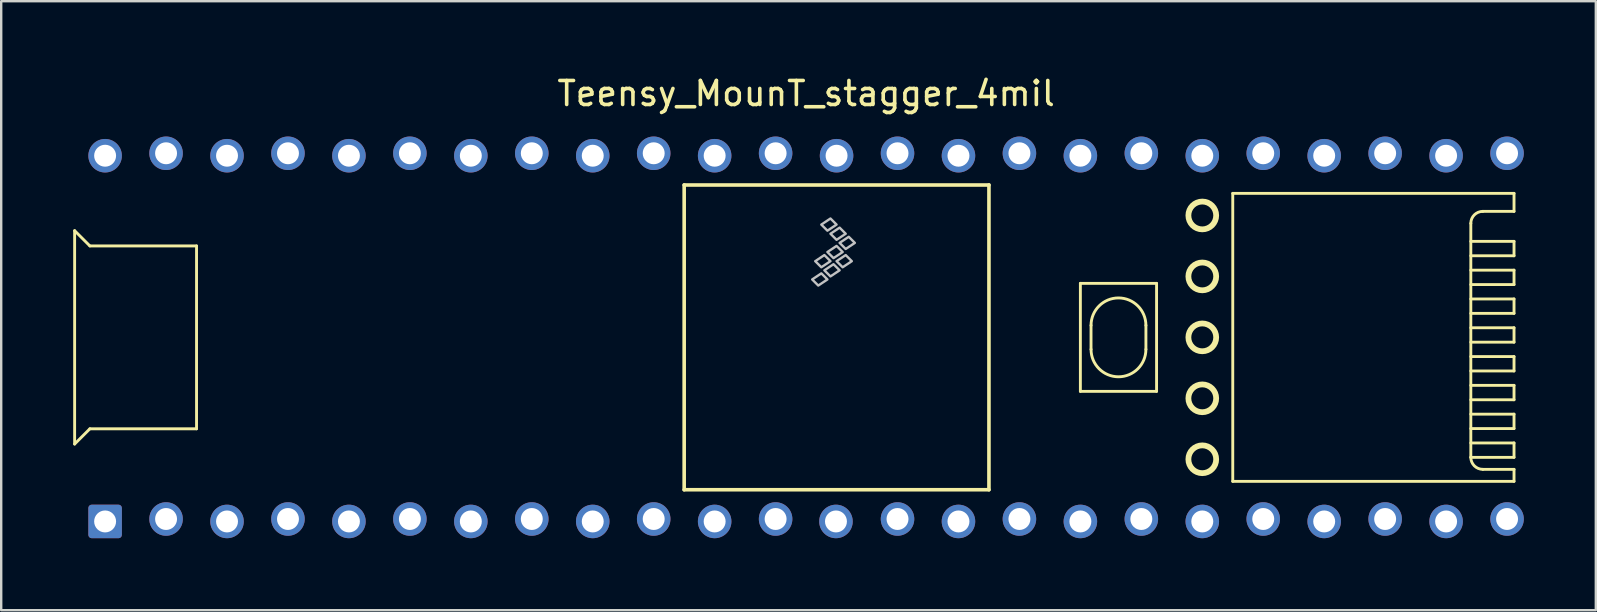
<source format=kicad_pcb>
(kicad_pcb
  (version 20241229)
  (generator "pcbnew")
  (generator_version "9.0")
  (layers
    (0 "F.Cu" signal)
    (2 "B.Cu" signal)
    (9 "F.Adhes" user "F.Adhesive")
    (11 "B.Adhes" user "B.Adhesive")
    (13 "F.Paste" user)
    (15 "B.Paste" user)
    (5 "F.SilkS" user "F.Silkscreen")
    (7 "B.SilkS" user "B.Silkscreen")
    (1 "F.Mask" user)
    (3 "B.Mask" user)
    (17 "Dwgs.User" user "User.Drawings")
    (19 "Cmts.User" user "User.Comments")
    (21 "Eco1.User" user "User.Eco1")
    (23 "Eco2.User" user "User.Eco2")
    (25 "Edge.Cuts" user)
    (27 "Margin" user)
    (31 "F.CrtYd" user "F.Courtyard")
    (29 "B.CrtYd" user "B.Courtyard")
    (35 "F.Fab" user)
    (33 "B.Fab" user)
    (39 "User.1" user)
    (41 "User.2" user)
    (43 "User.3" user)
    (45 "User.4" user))
  (footprint "Teensy_MounT_stagger_4mil"
    (layer "F.Cu")
    (at 30.54 11.008)
    (property "Reference" "Teensy_MounT_stagger_4mil" (at 0 -10.16 0) (layer "F.SilkS") (effects (font (size 1 1) (thickness 0.15))))
    (attr through_hole)
    (fp_line (start -30.48 -4.445) (end -30.48 4.445) (stroke (width 0.12) (type solid)) (layer "F.SilkS"))
    (fp_line (start -30.48 -4.445) (end -29.845 -3.81) (stroke (width 0.12) (type solid)) (layer "F.SilkS"))
    (fp_line (start -30.48 4.445) (end -29.845 3.81) (stroke (width 0.12) (type solid)) (layer "F.SilkS"))
    (fp_line (start -25.4 -3.81) (end -29.845 -3.81) (stroke (width 0.12) (type solid)) (layer "F.SilkS"))
    (fp_line (start -25.4 3.81) (end -29.845 3.81) (stroke (width 0.12) (type solid)) (layer "F.SilkS"))
    (fp_line (start -25.4 3.81) (end -25.4 -3.81) (stroke (width 0.12) (type solid)) (layer "F.SilkS"))
    (fp_line (start -5.08 -6.35) (end -5.08 6.35) (stroke (width 0.15) (type solid)) (layer "F.SilkS"))
    (fp_line (start -5.08 -6.35) (end 7.62 -6.35) (stroke (width 0.15) (type solid)) (layer "F.SilkS"))
    (fp_line (start -5.08 6.35) (end 7.62 6.35) (stroke (width 0.15) (type solid)) (layer "F.SilkS"))
    (fp_line (start 7.62 6.35) (end 7.62 -6.35) (stroke (width 0.15) (type solid)) (layer "F.SilkS"))
    (fp_line (start 11.43 -2.25) (end 11.43 2.25) (stroke (width 0.12) (type solid)) (layer "F.SilkS"))
    (fp_line (start 11.43 2.25) (end 14.605 2.25) (stroke (width 0.12) (type solid)) (layer "F.SilkS"))
    (fp_line (start 11.874 -0.5) (end 11.874 0.5) (stroke (width 0.12) (type solid)) (layer "F.SilkS"))
    (fp_line (start 14.161 -0.5) (end 14.161 0.5) (stroke (width 0.12) (type solid)) (layer "F.SilkS"))
    (fp_line (start 14.605 -2.25) (end 11.43 -2.25) (stroke (width 0.12) (type solid)) (layer "F.SilkS"))
    (fp_line (start 14.605 2.25) (end 14.605 -2.25) (stroke (width 0.12) (type solid)) (layer "F.SilkS"))
    (fp_line (start 17.78 6) (end 17.78 -6) (stroke (width 0.12) (type solid)) (layer "F.SilkS"))
    (fp_line (start 17.78 6) (end 29.5 6) (stroke (width 0.12) (type solid)) (layer "F.SilkS"))
    (fp_line (start 27.7 -4.75) (end 27.7 5) (stroke (width 0.12) (type solid)) (layer "F.SilkS"))
    (fp_line (start 27.7 -3.4) (end 29.5 -3.4) (stroke (width 0.12) (type solid)) (layer "F.SilkS"))
    (fp_line (start 27.7 -2.2) (end 29.5 -2.2) (stroke (width 0.12) (type solid)) (layer "F.SilkS"))
    (fp_line (start 27.7 -1) (end 29.5 -1) (stroke (width 0.12) (type solid)) (layer "F.SilkS"))
    (fp_line (start 27.7 0.2) (end 29.5 0.2) (stroke (width 0.12) (type solid)) (layer "F.SilkS"))
    (fp_line (start 27.7 1.4) (end 29.5 1.4) (stroke (width 0.12) (type solid)) (layer "F.SilkS"))
    (fp_line (start 27.7 2.6) (end 29.5 2.6) (stroke (width 0.12) (type solid)) (layer "F.SilkS"))
    (fp_line (start 27.7 3.8) (end 29.5 3.8) (stroke (width 0.12) (type solid)) (layer "F.SilkS"))
    (fp_line (start 27.7 5) (end 29.5 5) (stroke (width 0.12) (type solid)) (layer "F.SilkS"))
    (fp_line (start 29.5 -6) (end 17.78 -6) (stroke (width 0.12) (type solid)) (layer "F.SilkS"))
    (fp_line (start 29.5 -6) (end 29.5 -5.25) (stroke (width 0.12) (type solid)) (layer "F.SilkS"))
    (fp_line (start 29.5 -5.25) (end 28.2 -5.25) (stroke (width 0.12) (type solid)) (layer "F.SilkS"))
    (fp_line (start 29.5 -4) (end 27.7 -4) (stroke (width 0.12) (type solid)) (layer "F.SilkS"))
    (fp_line (start 29.5 -3.4) (end 29.5 -4) (stroke (width 0.12) (type solid)) (layer "F.SilkS"))
    (fp_line (start 29.5 -2.8) (end 27.7 -2.8) (stroke (width 0.12) (type solid)) (layer "F.SilkS"))
    (fp_line (start 29.5 -2.2) (end 29.5 -2.8) (stroke (width 0.12) (type solid)) (layer "F.SilkS"))
    (fp_line (start 29.5 -1.6) (end 27.7 -1.6) (stroke (width 0.12) (type solid)) (layer "F.SilkS"))
    (fp_line (start 29.5 -1) (end 29.5 -1.6) (stroke (width 0.12) (type solid)) (layer "F.SilkS"))
    (fp_line (start 29.5 -0.4) (end 27.7 -0.4) (stroke (width 0.12) (type solid)) (layer "F.SilkS"))
    (fp_line (start 29.5 0.2) (end 29.5 -0.4) (stroke (width 0.12) (type solid)) (layer "F.SilkS"))
    (fp_line (start 29.5 0.8) (end 27.7 0.8) (stroke (width 0.12) (type solid)) (layer "F.SilkS"))
    (fp_line (start 29.5 1.4) (end 29.5 0.8) (stroke (width 0.12) (type solid)) (layer "F.SilkS"))
    (fp_line (start 29.5 2) (end 27.7 2) (stroke (width 0.12) (type solid)) (layer "F.SilkS"))
    (fp_line (start 29.5 2.6) (end 29.5 2) (stroke (width 0.12) (type solid)) (layer "F.SilkS"))
    (fp_line (start 29.5 3.2) (end 27.7 3.2) (stroke (width 0.12) (type solid)) (layer "F.SilkS"))
    (fp_line (start 29.5 3.8) (end 29.5 3.2) (stroke (width 0.12) (type solid)) (layer "F.SilkS"))
    (fp_line (start 29.5 4.4) (end 27.7 4.4) (stroke (width 0.12) (type solid)) (layer "F.SilkS"))
    (fp_line (start 29.5 5) (end 29.5 4.4) (stroke (width 0.12) (type solid)) (layer "F.SilkS"))
    (fp_line (start 29.5 5.5) (end 28.2 5.5) (stroke (width 0.12) (type solid)) (layer "F.SilkS"))
    (fp_line (start 29.5 6) (end 29.5 5.5) (stroke (width 0.12) (type solid)) (layer "F.SilkS"))
    (fp_arc (start 11.8745 -0.5) (mid 13.0175 -1.643) (end 14.1605 -0.5) (stroke (width 0.12) (type solid)) (layer "F.SilkS"))
    (fp_arc (start 14.1605 0.5) (mid 13.0175 1.643) (end 11.8745 0.5) (stroke (width 0.12) (type solid)) (layer "F.SilkS"))
    (fp_arc (start 27.7 -4.75) (mid 27.846447 -5.103553) (end 28.2 -5.25) (stroke (width 0.12) (type solid)) (layer "F.SilkS"))
    (fp_arc (start 28.2 5.5) (mid 27.846447 5.353553) (end 27.7 5) (stroke (width 0.12) (type solid)) (layer "F.SilkS"))
    (fp_circle (center 16.51 -5.08) (end 17.089 -5.08) (stroke (width 0.241) (type solid)) (fill no) (layer "F.SilkS"))
    (fp_circle (center 16.51 -2.54) (end 17.089 -2.54) (stroke (width 0.241) (type solid)) (fill no) (layer "F.SilkS"))
    (fp_circle (center 16.51 0) (end 17.089 0) (stroke (width 0.241) (type solid)) (fill no) (layer "F.SilkS"))
    (fp_circle (center 16.51 2.54) (end 17.089 2.54) (stroke (width 0.241) (type solid)) (fill no) (layer "F.SilkS"))
    (fp_circle (center 16.51 5.08) (end 17.089 5.08) (stroke (width 0.241) (type solid)) (fill no) (layer "F.SilkS"))
    (fp_poly (pts (xy 0.635 -2.667) (xy 0.889 -2.413) (xy 0.508 -2.159) (xy 0.254 -2.413)) (stroke (width 0.1) (type solid)) (fill no) (layer "Dwgs.User"))
    (fp_poly (pts (xy 0.762 -3.429) (xy 1.016 -3.175) (xy 0.635 -2.921) (xy 0.381 -3.175)) (stroke (width 0.1) (type solid)) (fill no) (layer "Dwgs.User"))
    (fp_poly (pts (xy 1.016 -4.953) (xy 1.27 -4.699) (xy 0.889 -4.445) (xy 0.635 -4.699)) (stroke (width 0.1) (type solid)) (fill no) (layer "Dwgs.User"))
    (fp_poly (pts (xy 1.143 -3.048) (xy 1.397 -2.794) (xy 1.016 -2.54) (xy 0.762 -2.794)) (stroke (width 0.1) (type solid)) (fill no) (layer "Dwgs.User"))
    (fp_poly (pts (xy 1.27 -3.81) (xy 1.524 -3.556) (xy 1.143 -3.302) (xy 0.889 -3.556)) (stroke (width 0.1) (type solid)) (fill no) (layer "Dwgs.User"))
    (fp_poly (pts (xy 1.397 -4.572) (xy 1.651 -4.318) (xy 1.27 -4.064) (xy 1.016 -4.318)) (stroke (width 0.1) (type solid)) (fill no) (layer "Dwgs.User"))
    (fp_poly (pts (xy 1.651 -3.429) (xy 1.905 -3.175) (xy 1.524 -2.921) (xy 1.27 -3.175)) (stroke (width 0.1) (type solid)) (fill no) (layer "Dwgs.User"))
    (fp_poly (pts (xy 1.778 -4.191) (xy 2.032 -3.937) (xy 1.651 -3.683) (xy 1.397 -3.937)) (stroke (width 0.1) (type solid)) (fill no) (layer "Dwgs.User"))
    (pad "1" thru_hole roundrect (at -29.21 7.671) (size 1.397 1.397) (drill 0.914) (layers "*.Cu" "*.Mask") (roundrect_rratio 0.1))
    (pad "2" thru_hole circle (at -26.67 7.569) (size 1.397 1.397) (drill 0.914) (layers "*.Cu" "*.Mask"))
    (pad "3" thru_hole circle (at -24.13 7.671) (size 1.397 1.397) (drill 0.914) (layers "*.Cu" "*.Mask"))
    (pad "4" thru_hole circle (at -21.59 7.569) (size 1.397 1.397) (drill 0.914) (layers "*.Cu" "*.Mask"))
    (pad "5" thru_hole circle (at -19.05 7.671) (size 1.397 1.397) (drill 0.914) (layers "*.Cu" "*.Mask"))
    (pad "6" thru_hole circle (at -16.51 7.569) (size 1.397 1.397) (drill 0.914) (layers "*.Cu" "*.Mask"))
    (pad "7" thru_hole circle (at -13.97 7.671) (size 1.397 1.397) (drill 0.914) (layers "*.Cu" "*.Mask"))
    (pad "8" thru_hole circle (at -11.43 7.569) (size 1.397 1.397) (drill 0.914) (layers "*.Cu" "*.Mask"))
    (pad "9" thru_hole circle (at -8.89 7.671) (size 1.397 1.397) (drill 0.914) (layers "*.Cu" "*.Mask"))
    (pad "10" thru_hole circle (at -6.35 7.569) (size 1.397 1.397) (drill 0.914) (layers "*.Cu" "*.Mask"))
    (pad "11" thru_hole circle (at -3.81 7.671) (size 1.397 1.397) (drill 0.914) (layers "*.Cu" "*.Mask"))
    (pad "12" thru_hole circle (at -1.27 7.569) (size 1.397 1.397) (drill 0.914) (layers "*.Cu" "*.Mask"))
    (pad "13" thru_hole circle (at 1.245 7.671) (size 1.397 1.397) (drill 0.914) (layers "*.Cu" "*.Mask"))
    (pad "14" thru_hole circle (at 3.81 7.569) (size 1.397 1.397) (drill 0.914) (layers "*.Cu" "*.Mask"))
    (pad "15" thru_hole circle (at 6.35 7.671) (size 1.397 1.397) (drill 0.914) (layers "*.Cu" "*.Mask"))
    (pad "16" thru_hole circle (at 8.89 7.569) (size 1.397 1.397) (drill 0.914) (layers "*.Cu" "*.Mask"))
    (pad "17" thru_hole circle (at 11.43 7.671) (size 1.397 1.397) (drill 0.914) (layers "*.Cu" "*.Mask"))
    (pad "18" thru_hole circle (at 13.97 7.569) (size 1.397 1.397) (drill 0.914) (layers "*.Cu" "*.Mask"))
    (pad "19" thru_hole circle (at 16.51 7.671) (size 1.397 1.397) (drill 0.914) (layers "*.Cu" "*.Mask"))
    (pad "20" thru_hole circle (at 19.05 7.569) (size 1.397 1.397) (drill 0.914) (layers "*.Cu" "*.Mask"))
    (pad "21" thru_hole circle (at 21.59 7.671) (size 1.397 1.397) (drill 0.914) (layers "*.Cu" "*.Mask"))
    (pad "22" thru_hole circle (at 24.13 7.569) (size 1.397 1.397) (drill 0.914) (layers "*.Cu" "*.Mask"))
    (pad "23" thru_hole circle (at 26.67 7.671) (size 1.397 1.397) (drill 0.914) (layers "*.Cu" "*.Mask"))
    (pad "24" thru_hole circle (at 29.21 7.569) (size 1.397 1.397) (drill 0.914) (layers "*.Cu" "*.Mask"))
    (pad "30" thru_hole circle (at 29.21 -7.671) (size 1.397 1.397) (drill 0.914) (layers "*.Cu" "*.Mask"))
    (pad "31" thru_hole circle (at 26.67 -7.569) (size 1.397 1.397) (drill 0.914) (layers "*.Cu" "*.Mask"))
    (pad "32" thru_hole circle (at 24.13 -7.671) (size 1.397 1.397) (drill 0.914) (layers "*.Cu" "*.Mask"))
    (pad "33" thru_hole circle (at 21.59 -7.569) (size 1.397 1.397) (drill 0.914) (layers "*.Cu" "*.Mask"))
    (pad "34" thru_hole circle (at 19.05 -7.671) (size 1.397 1.397) (drill 0.914) (layers "*.Cu" "*.Mask"))
    (pad "35" thru_hole circle (at 16.51 -7.569) (size 1.397 1.397) (drill 0.914) (layers "*.Cu" "*.Mask"))
    (pad "36" thru_hole circle (at 13.97 -7.671) (size 1.397 1.397) (drill 0.914) (layers "*.Cu" "*.Mask"))
    (pad "37" thru_hole circle (at 11.43 -7.569) (size 1.397 1.397) (drill 0.914) (layers "*.Cu" "*.Mask"))
    (pad "38" thru_hole circle (at 8.89 -7.671) (size 1.397 1.397) (drill 0.914) (layers "*.Cu" "*.Mask"))
    (pad "39" thru_hole circle (at 6.35 -7.569) (size 1.397 1.397) (drill 0.914) (layers "*.Cu" "*.Mask"))
    (pad "40" thru_hole circle (at 3.81 -7.671) (size 1.397 1.397) (drill 0.914) (layers "*.Cu" "*.Mask"))
    (pad "41" thru_hole circle (at 1.27 -7.569) (size 1.397 1.397) (drill 0.914) (layers "*.Cu" "*.Mask"))
    (pad "42" thru_hole circle (at -1.27 -7.671) (size 1.397 1.397) (drill 0.914) (layers "*.Cu" "*.Mask"))
    (pad "43" thru_hole circle (at -3.81 -7.569) (size 1.397 1.397) (drill 0.914) (layers "*.Cu" "*.Mask"))
    (pad "44" thru_hole circle (at -6.35 -7.671) (size 1.397 1.397) (drill 0.914) (layers "*.Cu" "*.Mask"))
    (pad "45" thru_hole circle (at -8.89 -7.569) (size 1.397 1.397) (drill 0.914) (layers "*.Cu" "*.Mask"))
    (pad "46" thru_hole circle (at -11.43 -7.671) (size 1.397 1.397) (drill 0.914) (layers "*.Cu" "*.Mask"))
    (pad "47" thru_hole circle (at -13.97 -7.569) (size 1.397 1.397) (drill 0.914) (layers "*.Cu" "*.Mask"))
    (pad "48" thru_hole circle (at -16.51 -7.671) (size 1.397 1.397) (drill 0.914) (layers "*.Cu" "*.Mask"))
    (pad "49" thru_hole circle (at -19.05 -7.569) (size 1.397 1.397) (drill 0.914) (layers "*.Cu" "*.Mask"))
    (pad "50" thru_hole circle (at -21.59 -7.671) (size 1.397 1.397) (drill 0.914) (layers "*.Cu" "*.Mask"))
    (pad "51" thru_hole circle (at -24.13 -7.569) (size 1.397 1.397) (drill 0.914) (layers "*.Cu" "*.Mask"))
    (pad "52" thru_hole circle (at -26.67 -7.671) (size 1.397 1.397) (drill 0.914) (layers "*.Cu" "*.Mask"))
    (pad "53" thru_hole circle (at -29.21 -7.569) (size 1.397 1.397) (drill 0.914) (layers "*.Cu" "*.Mask")))
  (gr_rect
    (start -3 -3)
    (end 63.449 22.378)
    (stroke (width 0.1) (type default))
    (fill no)
    (layer "Edge.Cuts")))
</source>
